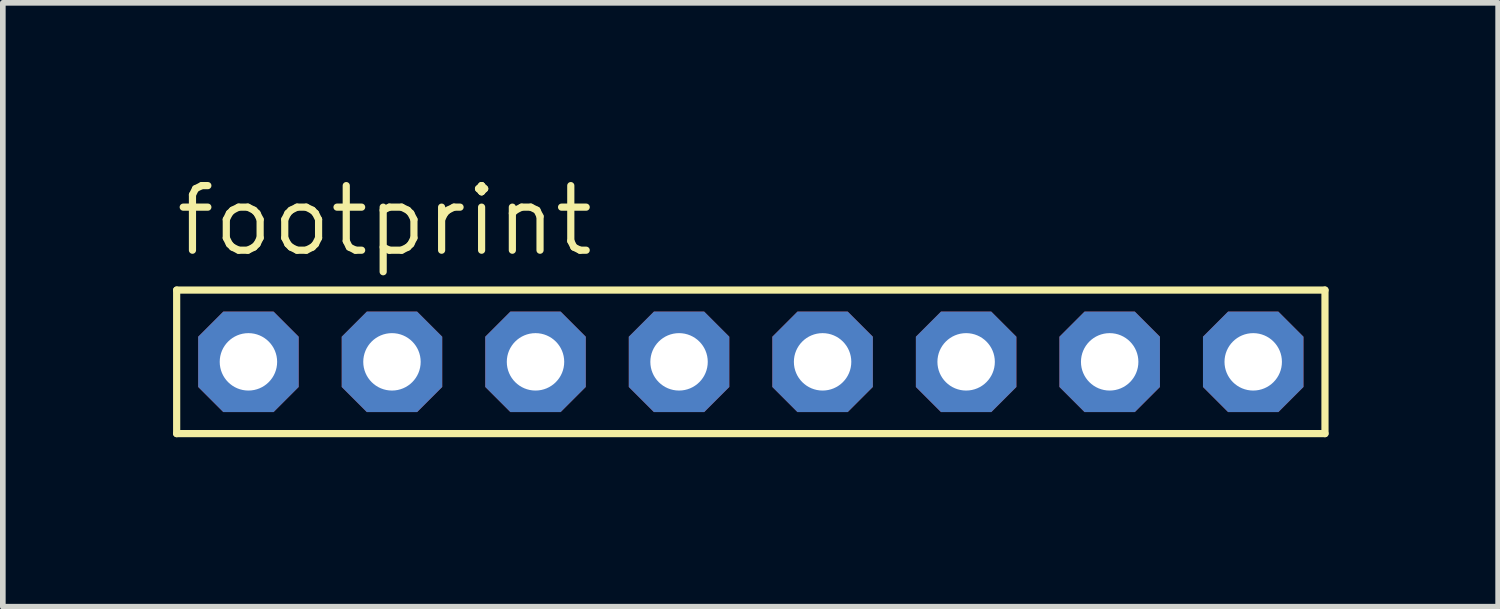
<source format=kicad_pcb>
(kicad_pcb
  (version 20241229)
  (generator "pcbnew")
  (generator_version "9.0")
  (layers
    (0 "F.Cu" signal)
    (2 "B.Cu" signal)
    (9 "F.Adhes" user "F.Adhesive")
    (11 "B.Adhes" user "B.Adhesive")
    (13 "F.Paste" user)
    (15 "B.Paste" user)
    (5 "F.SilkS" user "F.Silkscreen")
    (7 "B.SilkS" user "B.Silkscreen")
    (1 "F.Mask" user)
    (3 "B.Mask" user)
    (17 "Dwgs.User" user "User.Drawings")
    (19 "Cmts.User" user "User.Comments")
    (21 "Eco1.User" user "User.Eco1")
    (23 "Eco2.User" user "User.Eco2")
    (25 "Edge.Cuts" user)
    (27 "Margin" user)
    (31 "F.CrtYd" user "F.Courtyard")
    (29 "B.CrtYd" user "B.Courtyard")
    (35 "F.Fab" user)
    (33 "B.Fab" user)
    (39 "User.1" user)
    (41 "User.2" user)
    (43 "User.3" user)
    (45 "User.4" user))
  (footprint "footprint"
    (layer "F.Cu")
    (at 10.236 3.353)
    (property "Reference" "footprint" (at -10.236 -1.829 0) (layer "F.SilkS") (effects (font (size 1.143 1.143) (thickness 0.127)) (justify left bottom)))
    (fp_line (start -10.16 -1.27) (end 10.16 -1.27) (stroke (width 0.127) (type solid)) (layer "F.SilkS"))
    (fp_line (start -10.16 1.27) (end -10.16 -1.27) (stroke (width 0.127) (type solid)) (layer "F.SilkS"))
    (fp_line (start 10.16 -1.27) (end 10.16 1.27) (stroke (width 0.127) (type solid)) (layer "F.SilkS"))
    (fp_line (start 10.16 1.27) (end -10.16 1.27) (stroke (width 0.127) (type solid)) (layer "F.SilkS"))
    (fp_poly (pts (xy -9.144 0.254) (xy -8.636 0.254) (xy -8.636 -0.254) (xy -9.144 -0.254)) (stroke (width 0.1) (type solid)) (fill no) (layer "F.Fab"))
    (fp_poly (pts (xy -6.604 0.254) (xy -6.096 0.254) (xy -6.096 -0.254) (xy -6.604 -0.254)) (stroke (width 0.1) (type solid)) (fill no) (layer "F.Fab"))
    (fp_poly (pts (xy -4.064 0.254) (xy -3.556 0.254) (xy -3.556 -0.254) (xy -4.064 -0.254)) (stroke (width 0.1) (type solid)) (fill no) (layer "F.Fab"))
    (fp_poly (pts (xy -1.524 0.254) (xy -1.016 0.254) (xy -1.016 -0.254) (xy -1.524 -0.254)) (stroke (width 0.1) (type solid)) (fill no) (layer "F.Fab"))
    (fp_poly (pts (xy 1.016 0.254) (xy 1.524 0.254) (xy 1.524 -0.254) (xy 1.016 -0.254)) (stroke (width 0.1) (type solid)) (fill no) (layer "F.Fab"))
    (fp_poly (pts (xy 3.556 0.254) (xy 4.064 0.254) (xy 4.064 -0.254) (xy 3.556 -0.254)) (stroke (width 0.1) (type solid)) (fill no) (layer "F.Fab"))
    (fp_poly (pts (xy 6.096 0.254) (xy 6.604 0.254) (xy 6.604 -0.254) (xy 6.096 -0.254)) (stroke (width 0.1) (type solid)) (fill no) (layer "F.Fab"))
    (fp_poly (pts (xy 8.636 0.254) (xy 9.144 0.254) (xy 9.144 -0.254) (xy 8.636 -0.254)) (stroke (width 0.1) (type solid)) (fill no) (layer "F.Fab"))
    (pad "1" thru_hole roundrect (at -8.89 0 90) (size 1.778 1.778) (drill 1.016) (layers "*.Cu" "*.Mask") (roundrect_rratio 0.25) (chamfer_ratio 0.25) (chamfer top_left top_right bottom_left bottom_right))
    (pad "2" thru_hole roundrect (at -6.35 0 90) (size 1.778 1.778) (drill 1.016) (layers "*.Cu" "*.Mask") (roundrect_rratio 0.25) (chamfer_ratio 0.25) (chamfer top_left top_right bottom_left bottom_right))
    (pad "3" thru_hole roundrect (at -3.81 0 90) (size 1.778 1.778) (drill 1.016) (layers "*.Cu" "*.Mask") (roundrect_rratio 0.25) (chamfer_ratio 0.25) (chamfer top_left top_right bottom_left bottom_right))
    (pad "4" thru_hole roundrect (at -1.27 0 90) (size 1.778 1.778) (drill 1.016) (layers "*.Cu" "*.Mask") (roundrect_rratio 0.25) (chamfer_ratio 0.25) (chamfer top_left top_right bottom_left bottom_right))
    (pad "5" thru_hole roundrect (at 1.27 0 90) (size 1.778 1.778) (drill 1.016) (layers "*.Cu" "*.Mask") (roundrect_rratio 0.25) (chamfer_ratio 0.25) (chamfer top_left top_right bottom_left bottom_right))
    (pad "6" thru_hole roundrect (at 3.81 0 90) (size 1.778 1.778) (drill 1.016) (layers "*.Cu" "*.Mask") (roundrect_rratio 0.25) (chamfer_ratio 0.25) (chamfer top_left top_right bottom_left bottom_right))
    (pad "7" thru_hole roundrect (at 6.35 0 90) (size 1.778 1.778) (drill 1.016) (layers "*.Cu" "*.Mask") (roundrect_rratio 0.25) (chamfer_ratio 0.25) (chamfer top_left top_right bottom_left bottom_right))
    (pad "8" thru_hole roundrect (at 8.89 0 90) (size 1.778 1.778) (drill 1.016) (layers "*.Cu" "*.Mask") (roundrect_rratio 0.25) (chamfer_ratio 0.25) (chamfer top_left top_right bottom_left bottom_right)))
  (gr_rect
    (start -3 -3)
    (end 23.46 7.686)
    (stroke (width 0.1) (type default))
    (fill no)
    (layer "Edge.Cuts")))
</source>
